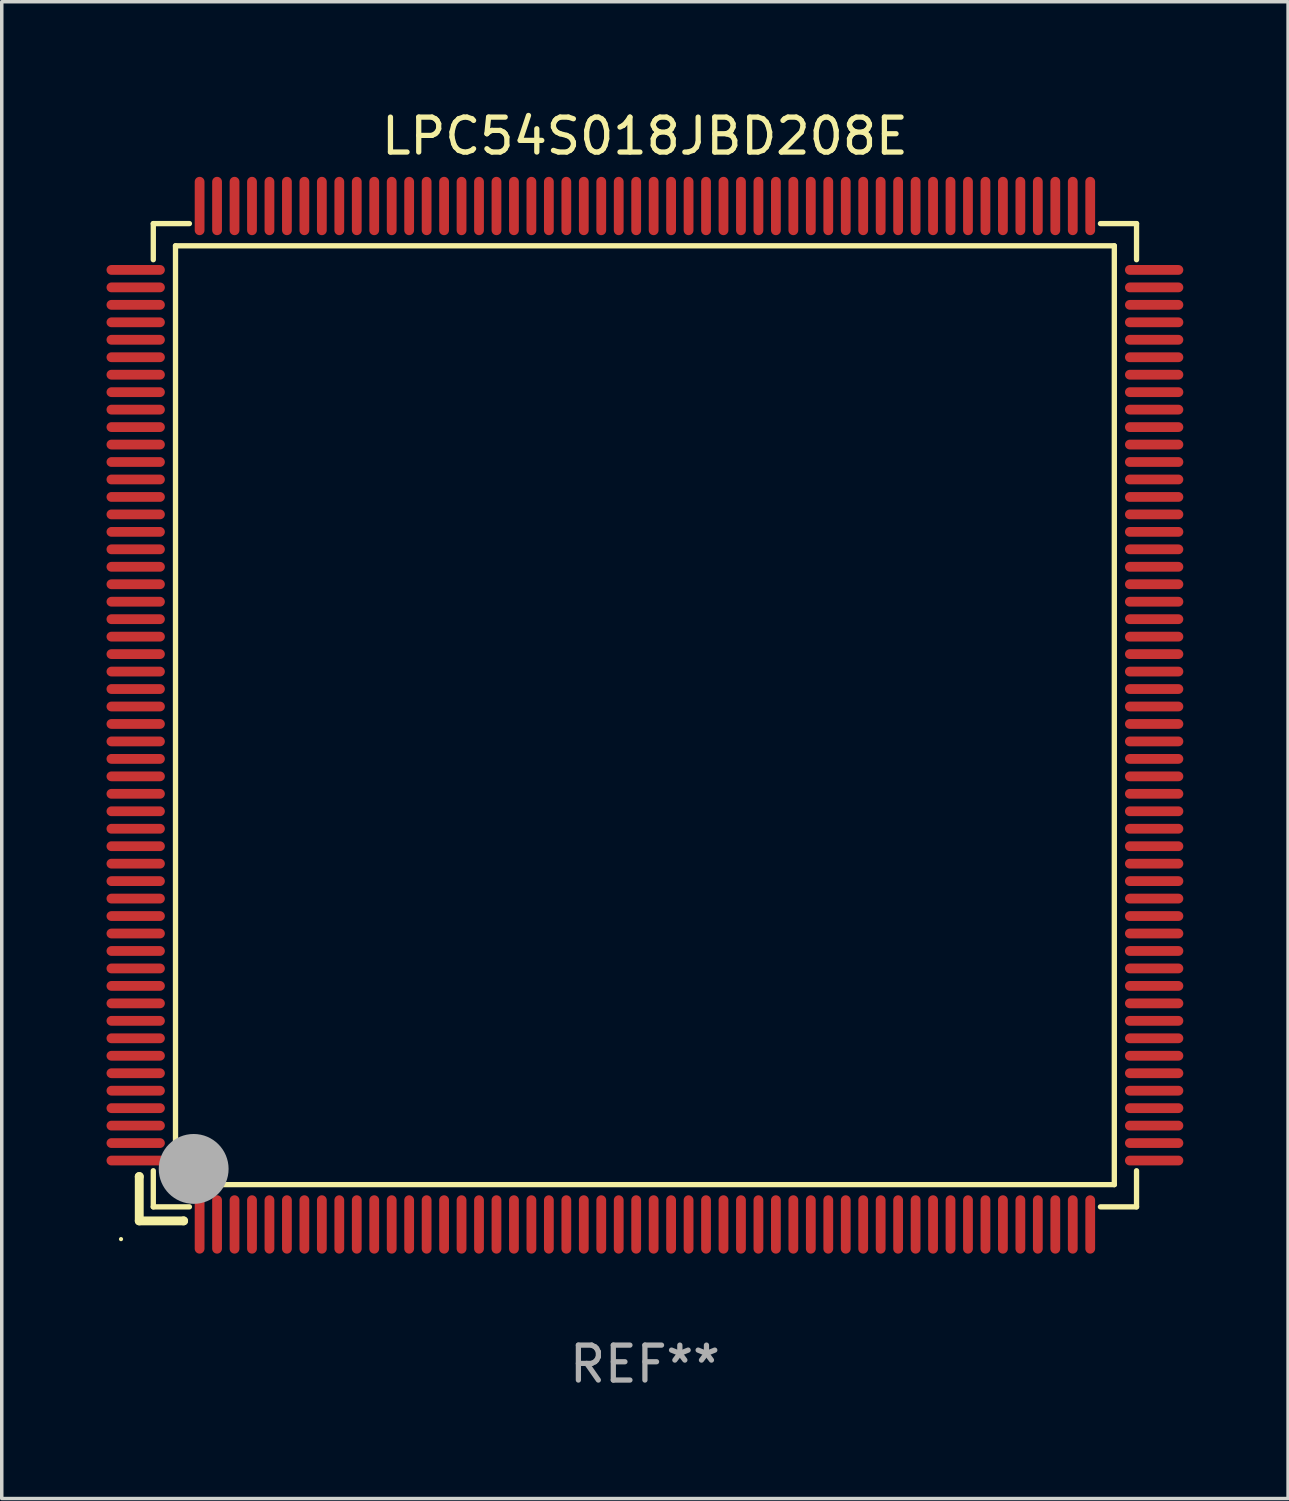
<source format=kicad_pcb>
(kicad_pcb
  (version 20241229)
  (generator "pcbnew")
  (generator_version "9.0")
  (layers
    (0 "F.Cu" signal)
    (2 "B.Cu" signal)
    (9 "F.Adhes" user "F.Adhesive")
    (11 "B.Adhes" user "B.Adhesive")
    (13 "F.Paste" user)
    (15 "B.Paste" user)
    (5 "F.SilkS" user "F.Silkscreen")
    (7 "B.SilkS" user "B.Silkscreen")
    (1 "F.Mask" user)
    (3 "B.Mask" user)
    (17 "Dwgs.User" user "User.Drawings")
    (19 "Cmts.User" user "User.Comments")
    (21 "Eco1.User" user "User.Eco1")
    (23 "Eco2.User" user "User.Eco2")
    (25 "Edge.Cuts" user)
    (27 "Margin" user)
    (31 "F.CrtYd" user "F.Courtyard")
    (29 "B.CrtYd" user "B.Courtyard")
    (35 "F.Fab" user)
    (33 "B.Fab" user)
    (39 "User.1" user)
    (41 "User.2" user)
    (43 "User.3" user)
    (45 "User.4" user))
  (footprint "LPC54S018JBD208E"
    (layer "F.Cu")
    (at 15.415 17.428)
    (property "Reference" "LPC54S018JBD208E" (at 0 -16.58 0) (layer "F.SilkS") (effects (font (size 1 1) (thickness 0.15))))
    (attr through_hole)
    (fp_line (start -14.478 13.208) (end -14.478 13.208) (stroke (width 0.254) (type solid)) (layer "F.SilkS"))
    (fp_line (start -14.478 13.208) (end -14.478 14.478) (stroke (width 0.254) (type solid)) (layer "F.SilkS"))
    (fp_line (start -14.478 14.478) (end -13.208 14.478) (stroke (width 0.254) (type solid)) (layer "F.SilkS"))
    (fp_line (start -14.076 -14.076) (end -14.076 -13.042) (stroke (width 0.152) (type solid)) (layer "F.SilkS"))
    (fp_line (start -14.076 14.076) (end -14.076 13.042) (stroke (width 0.152) (type solid)) (layer "F.SilkS"))
    (fp_line (start -13.44 -13.44) (end 13.44 -13.44) (stroke (width 0.152) (type solid)) (layer "F.SilkS"))
    (fp_line (start -13.44 13.44) (end -13.44 -13.44) (stroke (width 0.152) (type solid)) (layer "F.SilkS"))
    (fp_line (start -13.208 14.478) (end -13.208 14.478) (stroke (width 0.254) (type solid)) (layer "F.SilkS"))
    (fp_line (start -13.042 -14.076) (end -14.076 -14.076) (stroke (width 0.152) (type solid)) (layer "F.SilkS"))
    (fp_line (start -13.042 14.076) (end -14.076 14.076) (stroke (width 0.152) (type solid)) (layer "F.SilkS"))
    (fp_line (start 13.042 -14.076) (end 14.076 -14.076) (stroke (width 0.152) (type solid)) (layer "F.SilkS"))
    (fp_line (start 13.042 14.076) (end 14.076 14.076) (stroke (width 0.152) (type solid)) (layer "F.SilkS"))
    (fp_line (start 13.44 -13.44) (end 13.44 13.44) (stroke (width 0.152) (type solid)) (layer "F.SilkS"))
    (fp_line (start 13.44 13.44) (end -13.44 13.44) (stroke (width 0.152) (type solid)) (layer "F.SilkS"))
    (fp_line (start 14.076 -14.076) (end 14.076 -13.042) (stroke (width 0.152) (type solid)) (layer "F.SilkS"))
    (fp_line (start 14.076 14.076) (end 14.076 13.042) (stroke (width 0.152) (type solid)) (layer "F.SilkS"))
    (fp_circle (center -15 15) (end -14.97 15) (stroke (width 0.06) (type solid)) (fill no) (layer "F.SilkS"))
    (fp_circle (center -13.138 13.138) (end -13.063 13.138) (stroke (width 0.15) (type solid)) (fill no) (layer "F.SilkS"))
    (fp_circle (center -12.92 12.99) (end -12.42 12.99) (stroke (width 1) (type solid)) (fill no) (layer "F.Fab"))
    (fp_text user "REF**" (at 0 18.58 0) (layer "F.Fab") (effects (font (size 1 1) (thickness 0.15))))
    (pad "1" smd oval (at -12.75 14.58) (size 0.28 1.67) (layers "F.Cu" "F.Mask" "F.Paste"))
    (pad "2" smd oval (at -12.25 14.58) (size 0.28 1.67) (layers "F.Cu" "F.Mask" "F.Paste"))
    (pad "3" smd oval (at -11.75 14.58) (size 0.28 1.67) (layers "F.Cu" "F.Mask" "F.Paste"))
    (pad "4" smd oval (at -11.25 14.58) (size 0.28 1.67) (layers "F.Cu" "F.Mask" "F.Paste"))
    (pad "5" smd oval (at -10.75 14.58) (size 0.28 1.67) (layers "F.Cu" "F.Mask" "F.Paste"))
    (pad "6" smd oval (at -10.25 14.58) (size 0.28 1.67) (layers "F.Cu" "F.Mask" "F.Paste"))
    (pad "7" smd oval (at -9.75 14.58) (size 0.28 1.67) (layers "F.Cu" "F.Mask" "F.Paste"))
    (pad "8" smd oval (at -9.25 14.58) (size 0.28 1.67) (layers "F.Cu" "F.Mask" "F.Paste"))
    (pad "9" smd oval (at -8.75 14.58) (size 0.28 1.67) (layers "F.Cu" "F.Mask" "F.Paste"))
    (pad "10" smd oval (at -8.25 14.58) (size 0.28 1.67) (layers "F.Cu" "F.Mask" "F.Paste"))
    (pad "11" smd oval (at -7.75 14.58) (size 0.28 1.67) (layers "F.Cu" "F.Mask" "F.Paste"))
    (pad "12" smd oval (at -7.25 14.58) (size 0.28 1.67) (layers "F.Cu" "F.Mask" "F.Paste"))
    (pad "13" smd oval (at -6.75 14.58) (size 0.28 1.67) (layers "F.Cu" "F.Mask" "F.Paste"))
    (pad "14" smd oval (at -6.25 14.58) (size 0.28 1.67) (layers "F.Cu" "F.Mask" "F.Paste"))
    (pad "15" smd oval (at -5.75 14.58) (size 0.28 1.67) (layers "F.Cu" "F.Mask" "F.Paste"))
    (pad "16" smd oval (at -5.25 14.58) (size 0.28 1.67) (layers "F.Cu" "F.Mask" "F.Paste"))
    (pad "17" smd oval (at -4.75 14.58) (size 0.28 1.67) (layers "F.Cu" "F.Mask" "F.Paste"))
    (pad "18" smd oval (at -4.25 14.58) (size 0.28 1.67) (layers "F.Cu" "F.Mask" "F.Paste"))
    (pad "19" smd oval (at -3.75 14.58) (size 0.28 1.67) (layers "F.Cu" "F.Mask" "F.Paste"))
    (pad "20" smd oval (at -3.25 14.58) (size 0.28 1.67) (layers "F.Cu" "F.Mask" "F.Paste"))
    (pad "21" smd oval (at -2.75 14.58) (size 0.28 1.67) (layers "F.Cu" "F.Mask" "F.Paste"))
    (pad "22" smd oval (at -2.25 14.58) (size 0.28 1.67) (layers "F.Cu" "F.Mask" "F.Paste"))
    (pad "23" smd oval (at -1.75 14.58) (size 0.28 1.67) (layers "F.Cu" "F.Mask" "F.Paste"))
    (pad "24" smd oval (at -1.25 14.58) (size 0.28 1.67) (layers "F.Cu" "F.Mask" "F.Paste"))
    (pad "25" smd oval (at -0.75 14.58) (size 0.28 1.67) (layers "F.Cu" "F.Mask" "F.Paste"))
    (pad "26" smd oval (at -0.25 14.58) (size 0.28 1.67) (layers "F.Cu" "F.Mask" "F.Paste"))
    (pad "27" smd oval (at 0.25 14.58) (size 0.28 1.67) (layers "F.Cu" "F.Mask" "F.Paste"))
    (pad "28" smd oval (at 0.75 14.58) (size 0.28 1.67) (layers "F.Cu" "F.Mask" "F.Paste"))
    (pad "29" smd oval (at 1.25 14.58) (size 0.28 1.67) (layers "F.Cu" "F.Mask" "F.Paste"))
    (pad "30" smd oval (at 1.75 14.58) (size 0.28 1.67) (layers "F.Cu" "F.Mask" "F.Paste"))
    (pad "31" smd oval (at 2.25 14.58) (size 0.28 1.67) (layers "F.Cu" "F.Mask" "F.Paste"))
    (pad "32" smd oval (at 2.75 14.58) (size 0.28 1.67) (layers "F.Cu" "F.Mask" "F.Paste"))
    (pad "33" smd oval (at 3.25 14.58) (size 0.28 1.67) (layers "F.Cu" "F.Mask" "F.Paste"))
    (pad "34" smd oval (at 3.75 14.58) (size 0.28 1.67) (layers "F.Cu" "F.Mask" "F.Paste"))
    (pad "35" smd oval (at 4.25 14.58) (size 0.28 1.67) (layers "F.Cu" "F.Mask" "F.Paste"))
    (pad "36" smd oval (at 4.75 14.58) (size 0.28 1.67) (layers "F.Cu" "F.Mask" "F.Paste"))
    (pad "37" smd oval (at 5.25 14.58) (size 0.28 1.67) (layers "F.Cu" "F.Mask" "F.Paste"))
    (pad "38" smd oval (at 5.75 14.58) (size 0.28 1.67) (layers "F.Cu" "F.Mask" "F.Paste"))
    (pad "39" smd oval (at 6.25 14.58) (size 0.28 1.67) (layers "F.Cu" "F.Mask" "F.Paste"))
    (pad "40" smd oval (at 6.75 14.58) (size 0.28 1.67) (layers "F.Cu" "F.Mask" "F.Paste"))
    (pad "41" smd oval (at 7.25 14.58) (size 0.28 1.67) (layers "F.Cu" "F.Mask" "F.Paste"))
    (pad "42" smd oval (at 7.75 14.58) (size 0.28 1.67) (layers "F.Cu" "F.Mask" "F.Paste"))
    (pad "43" smd oval (at 8.25 14.58) (size 0.28 1.67) (layers "F.Cu" "F.Mask" "F.Paste"))
    (pad "44" smd oval (at 8.75 14.58) (size 0.28 1.67) (layers "F.Cu" "F.Mask" "F.Paste"))
    (pad "45" smd oval (at 9.25 14.58) (size 0.28 1.67) (layers "F.Cu" "F.Mask" "F.Paste"))
    (pad "46" smd oval (at 9.75 14.58) (size 0.28 1.67) (layers "F.Cu" "F.Mask" "F.Paste"))
    (pad "47" smd oval (at 10.25 14.58) (size 0.28 1.67) (layers "F.Cu" "F.Mask" "F.Paste"))
    (pad "48" smd oval (at 10.75 14.58) (size 0.28 1.67) (layers "F.Cu" "F.Mask" "F.Paste"))
    (pad "49" smd oval (at 11.25 14.58) (size 0.28 1.67) (layers "F.Cu" "F.Mask" "F.Paste"))
    (pad "50" smd oval (at 11.75 14.58) (size 0.28 1.67) (layers "F.Cu" "F.Mask" "F.Paste"))
    (pad "51" smd oval (at 12.25 14.58) (size 0.28 1.67) (layers "F.Cu" "F.Mask" "F.Paste"))
    (pad "52" smd oval (at 12.75 14.58) (size 0.28 1.67) (layers "F.Cu" "F.Mask" "F.Paste"))
    (pad "53" smd oval (at 14.58 12.75) (size 1.67 0.28) (layers "F.Cu" "F.Mask" "F.Paste"))
    (pad "54" smd oval (at 14.58 12.25) (size 1.67 0.28) (layers "F.Cu" "F.Mask" "F.Paste"))
    (pad "55" smd oval (at 14.58 11.75) (size 1.67 0.28) (layers "F.Cu" "F.Mask" "F.Paste"))
    (pad "56" smd oval (at 14.58 11.25) (size 1.67 0.28) (layers "F.Cu" "F.Mask" "F.Paste"))
    (pad "57" smd oval (at 14.58 10.75) (size 1.67 0.28) (layers "F.Cu" "F.Mask" "F.Paste"))
    (pad "58" smd oval (at 14.58 10.25) (size 1.67 0.28) (layers "F.Cu" "F.Mask" "F.Paste"))
    (pad "59" smd oval (at 14.58 9.75) (size 1.67 0.28) (layers "F.Cu" "F.Mask" "F.Paste"))
    (pad "60" smd oval (at 14.58 9.25) (size 1.67 0.28) (layers "F.Cu" "F.Mask" "F.Paste"))
    (pad "61" smd oval (at 14.58 8.75) (size 1.67 0.28) (layers "F.Cu" "F.Mask" "F.Paste"))
    (pad "62" smd oval (at 14.58 8.25) (size 1.67 0.28) (layers "F.Cu" "F.Mask" "F.Paste"))
    (pad "63" smd oval (at 14.58 7.75) (size 1.67 0.28) (layers "F.Cu" "F.Mask" "F.Paste"))
    (pad "64" smd oval (at 14.58 7.25) (size 1.67 0.28) (layers "F.Cu" "F.Mask" "F.Paste"))
    (pad "65" smd oval (at 14.58 6.75) (size 1.67 0.28) (layers "F.Cu" "F.Mask" "F.Paste"))
    (pad "66" smd oval (at 14.58 6.25) (size 1.67 0.28) (layers "F.Cu" "F.Mask" "F.Paste"))
    (pad "67" smd oval (at 14.58 5.75) (size 1.67 0.28) (layers "F.Cu" "F.Mask" "F.Paste"))
    (pad "68" smd oval (at 14.58 5.25) (size 1.67 0.28) (layers "F.Cu" "F.Mask" "F.Paste"))
    (pad "69" smd oval (at 14.58 4.75) (size 1.67 0.28) (layers "F.Cu" "F.Mask" "F.Paste"))
    (pad "70" smd oval (at 14.58 4.25) (size 1.67 0.28) (layers "F.Cu" "F.Mask" "F.Paste"))
    (pad "71" smd oval (at 14.58 3.75) (size 1.67 0.28) (layers "F.Cu" "F.Mask" "F.Paste"))
    (pad "72" smd oval (at 14.58 3.25) (size 1.67 0.28) (layers "F.Cu" "F.Mask" "F.Paste"))
    (pad "73" smd oval (at 14.58 2.75) (size 1.67 0.28) (layers "F.Cu" "F.Mask" "F.Paste"))
    (pad "74" smd oval (at 14.58 2.25) (size 1.67 0.28) (layers "F.Cu" "F.Mask" "F.Paste"))
    (pad "75" smd oval (at 14.58 1.75) (size 1.67 0.28) (layers "F.Cu" "F.Mask" "F.Paste"))
    (pad "76" smd oval (at 14.58 1.25) (size 1.67 0.28) (layers "F.Cu" "F.Mask" "F.Paste"))
    (pad "77" smd oval (at 14.58 0.75) (size 1.67 0.28) (layers "F.Cu" "F.Mask" "F.Paste"))
    (pad "78" smd oval (at 14.58 0.25) (size 1.67 0.28) (layers "F.Cu" "F.Mask" "F.Paste"))
    (pad "79" smd oval (at 14.58 -0.25) (size 1.67 0.28) (layers "F.Cu" "F.Mask" "F.Paste"))
    (pad "80" smd oval (at 14.58 -0.75) (size 1.67 0.28) (layers "F.Cu" "F.Mask" "F.Paste"))
    (pad "81" smd oval (at 14.58 -1.25) (size 1.67 0.28) (layers "F.Cu" "F.Mask" "F.Paste"))
    (pad "82" smd oval (at 14.58 -1.75) (size 1.67 0.28) (layers "F.Cu" "F.Mask" "F.Paste"))
    (pad "83" smd oval (at 14.58 -2.25) (size 1.67 0.28) (layers "F.Cu" "F.Mask" "F.Paste"))
    (pad "84" smd oval (at 14.58 -2.75) (size 1.67 0.28) (layers "F.Cu" "F.Mask" "F.Paste"))
    (pad "85" smd oval (at 14.58 -3.25) (size 1.67 0.28) (layers "F.Cu" "F.Mask" "F.Paste"))
    (pad "86" smd oval (at 14.58 -3.75) (size 1.67 0.28) (layers "F.Cu" "F.Mask" "F.Paste"))
    (pad "87" smd oval (at 14.58 -4.25) (size 1.67 0.28) (layers "F.Cu" "F.Mask" "F.Paste"))
    (pad "88" smd oval (at 14.58 -4.75) (size 1.67 0.28) (layers "F.Cu" "F.Mask" "F.Paste"))
    (pad "89" smd oval (at 14.58 -5.25) (size 1.67 0.28) (layers "F.Cu" "F.Mask" "F.Paste"))
    (pad "90" smd oval (at 14.58 -5.75) (size 1.67 0.28) (layers "F.Cu" "F.Mask" "F.Paste"))
    (pad "91" smd oval (at 14.58 -6.25) (size 1.67 0.28) (layers "F.Cu" "F.Mask" "F.Paste"))
    (pad "92" smd oval (at 14.58 -6.75) (size 1.67 0.28) (layers "F.Cu" "F.Mask" "F.Paste"))
    (pad "93" smd oval (at 14.58 -7.25) (size 1.67 0.28) (layers "F.Cu" "F.Mask" "F.Paste"))
    (pad "94" smd oval (at 14.58 -7.75) (size 1.67 0.28) (layers "F.Cu" "F.Mask" "F.Paste"))
    (pad "95" smd oval (at 14.58 -8.25) (size 1.67 0.28) (layers "F.Cu" "F.Mask" "F.Paste"))
    (pad "96" smd oval (at 14.58 -8.75) (size 1.67 0.28) (layers "F.Cu" "F.Mask" "F.Paste"))
    (pad "97" smd oval (at 14.58 -9.25) (size 1.67 0.28) (layers "F.Cu" "F.Mask" "F.Paste"))
    (pad "98" smd oval (at 14.58 -9.75) (size 1.67 0.28) (layers "F.Cu" "F.Mask" "F.Paste"))
    (pad "99" smd oval (at 14.58 -10.25) (size 1.67 0.28) (layers "F.Cu" "F.Mask" "F.Paste"))
    (pad "100" smd oval (at 14.58 -10.75) (size 1.67 0.28) (layers "F.Cu" "F.Mask" "F.Paste"))
    (pad "101" smd oval (at 14.58 -11.25) (size 1.67 0.28) (layers "F.Cu" "F.Mask" "F.Paste"))
    (pad "102" smd oval (at 14.58 -11.75) (size 1.67 0.28) (layers "F.Cu" "F.Mask" "F.Paste"))
    (pad "103" smd oval (at 14.58 -12.25) (size 1.67 0.28) (layers "F.Cu" "F.Mask" "F.Paste"))
    (pad "104" smd oval (at 14.58 -12.75) (size 1.67 0.28) (layers "F.Cu" "F.Mask" "F.Paste"))
    (pad "105" smd oval (at 12.75 -14.58) (size 0.28 1.67) (layers "F.Cu" "F.Mask" "F.Paste"))
    (pad "106" smd oval (at 12.25 -14.58) (size 0.28 1.67) (layers "F.Cu" "F.Mask" "F.Paste"))
    (pad "107" smd oval (at 11.75 -14.58) (size 0.28 1.67) (layers "F.Cu" "F.Mask" "F.Paste"))
    (pad "108" smd oval (at 11.25 -14.58) (size 0.28 1.67) (layers "F.Cu" "F.Mask" "F.Paste"))
    (pad "109" smd oval (at 10.75 -14.58) (size 0.28 1.67) (layers "F.Cu" "F.Mask" "F.Paste"))
    (pad "110" smd oval (at 10.25 -14.58) (size 0.28 1.67) (layers "F.Cu" "F.Mask" "F.Paste"))
    (pad "111" smd oval (at 9.75 -14.58) (size 0.28 1.67) (layers "F.Cu" "F.Mask" "F.Paste"))
    (pad "112" smd oval (at 9.25 -14.58) (size 0.28 1.67) (layers "F.Cu" "F.Mask" "F.Paste"))
    (pad "113" smd oval (at 8.75 -14.58) (size 0.28 1.67) (layers "F.Cu" "F.Mask" "F.Paste"))
    (pad "114" smd oval (at 8.25 -14.58) (size 0.28 1.67) (layers "F.Cu" "F.Mask" "F.Paste"))
    (pad "115" smd oval (at 7.75 -14.58) (size 0.28 1.67) (layers "F.Cu" "F.Mask" "F.Paste"))
    (pad "116" smd oval (at 7.25 -14.58) (size 0.28 1.67) (layers "F.Cu" "F.Mask" "F.Paste"))
    (pad "117" smd oval (at 6.75 -14.58) (size 0.28 1.67) (layers "F.Cu" "F.Mask" "F.Paste"))
    (pad "118" smd oval (at 6.25 -14.58) (size 0.28 1.67) (layers "F.Cu" "F.Mask" "F.Paste"))
    (pad "119" smd oval (at 5.75 -14.58) (size 0.28 1.67) (layers "F.Cu" "F.Mask" "F.Paste"))
    (pad "120" smd oval (at 5.25 -14.58) (size 0.28 1.67) (layers "F.Cu" "F.Mask" "F.Paste"))
    (pad "121" smd oval (at 4.75 -14.58) (size 0.28 1.67) (layers "F.Cu" "F.Mask" "F.Paste"))
    (pad "122" smd oval (at 4.25 -14.58) (size 0.28 1.67) (layers "F.Cu" "F.Mask" "F.Paste"))
    (pad "123" smd oval (at 3.75 -14.58) (size 0.28 1.67) (layers "F.Cu" "F.Mask" "F.Paste"))
    (pad "124" smd oval (at 3.25 -14.58) (size 0.28 1.67) (layers "F.Cu" "F.Mask" "F.Paste"))
    (pad "125" smd oval (at 2.75 -14.58) (size 0.28 1.67) (layers "F.Cu" "F.Mask" "F.Paste"))
    (pad "126" smd oval (at 2.25 -14.58) (size 0.28 1.67) (layers "F.Cu" "F.Mask" "F.Paste"))
    (pad "127" smd oval (at 1.75 -14.58) (size 0.28 1.67) (layers "F.Cu" "F.Mask" "F.Paste"))
    (pad "128" smd oval (at 1.25 -14.58) (size 0.28 1.67) (layers "F.Cu" "F.Mask" "F.Paste"))
    (pad "129" smd oval (at 0.75 -14.58) (size 0.28 1.67) (layers "F.Cu" "F.Mask" "F.Paste"))
    (pad "130" smd oval (at 0.25 -14.58) (size 0.28 1.67) (layers "F.Cu" "F.Mask" "F.Paste"))
    (pad "131" smd oval (at -0.25 -14.58) (size 0.28 1.67) (layers "F.Cu" "F.Mask" "F.Paste"))
    (pad "132" smd oval (at -0.75 -14.58) (size 0.28 1.67) (layers "F.Cu" "F.Mask" "F.Paste"))
    (pad "133" smd oval (at -1.25 -14.58) (size 0.28 1.67) (layers "F.Cu" "F.Mask" "F.Paste"))
    (pad "134" smd oval (at -1.75 -14.58) (size 0.28 1.67) (layers "F.Cu" "F.Mask" "F.Paste"))
    (pad "135" smd oval (at -2.25 -14.58) (size 0.28 1.67) (layers "F.Cu" "F.Mask" "F.Paste"))
    (pad "136" smd oval (at -2.75 -14.58) (size 0.28 1.67) (layers "F.Cu" "F.Mask" "F.Paste"))
    (pad "137" smd oval (at -3.25 -14.58) (size 0.28 1.67) (layers "F.Cu" "F.Mask" "F.Paste"))
    (pad "138" smd oval (at -3.75 -14.58) (size 0.28 1.67) (layers "F.Cu" "F.Mask" "F.Paste"))
    (pad "139" smd oval (at -4.25 -14.58) (size 0.28 1.67) (layers "F.Cu" "F.Mask" "F.Paste"))
    (pad "140" smd oval (at -4.75 -14.58) (size 0.28 1.67) (layers "F.Cu" "F.Mask" "F.Paste"))
    (pad "141" smd oval (at -5.25 -14.58) (size 0.28 1.67) (layers "F.Cu" "F.Mask" "F.Paste"))
    (pad "142" smd oval (at -5.75 -14.58) (size 0.28 1.67) (layers "F.Cu" "F.Mask" "F.Paste"))
    (pad "143" smd oval (at -6.25 -14.58) (size 0.28 1.67) (layers "F.Cu" "F.Mask" "F.Paste"))
    (pad "144" smd oval (at -6.75 -14.58) (size 0.28 1.67) (layers "F.Cu" "F.Mask" "F.Paste"))
    (pad "145" smd oval (at -7.25 -14.58) (size 0.28 1.67) (layers "F.Cu" "F.Mask" "F.Paste"))
    (pad "146" smd oval (at -7.75 -14.58) (size 0.28 1.67) (layers "F.Cu" "F.Mask" "F.Paste"))
    (pad "147" smd oval (at -8.25 -14.58) (size 0.28 1.67) (layers "F.Cu" "F.Mask" "F.Paste"))
    (pad "148" smd oval (at -8.75 -14.58) (size 0.28 1.67) (layers "F.Cu" "F.Mask" "F.Paste"))
    (pad "149" smd oval (at -9.25 -14.58) (size 0.28 1.67) (layers "F.Cu" "F.Mask" "F.Paste"))
    (pad "150" smd oval (at -9.75 -14.58) (size 0.28 1.67) (layers "F.Cu" "F.Mask" "F.Paste"))
    (pad "151" smd oval (at -10.25 -14.58) (size 0.28 1.67) (layers "F.Cu" "F.Mask" "F.Paste"))
    (pad "152" smd oval (at -10.75 -14.58) (size 0.28 1.67) (layers "F.Cu" "F.Mask" "F.Paste"))
    (pad "153" smd oval (at -11.25 -14.58) (size 0.28 1.67) (layers "F.Cu" "F.Mask" "F.Paste"))
    (pad "154" smd oval (at -11.75 -14.58) (size 0.28 1.67) (layers "F.Cu" "F.Mask" "F.Paste"))
    (pad "155" smd oval (at -12.25 -14.58) (size 0.28 1.67) (layers "F.Cu" "F.Mask" "F.Paste"))
    (pad "156" smd oval (at -12.75 -14.58) (size 0.28 1.67) (layers "F.Cu" "F.Mask" "F.Paste"))
    (pad "157" smd oval (at -14.58 -12.75) (size 1.67 0.28) (layers "F.Cu" "F.Mask" "F.Paste"))
    (pad "158" smd oval (at -14.58 -12.25) (size 1.67 0.28) (layers "F.Cu" "F.Mask" "F.Paste"))
    (pad "159" smd oval (at -14.58 -11.75) (size 1.67 0.28) (layers "F.Cu" "F.Mask" "F.Paste"))
    (pad "160" smd oval (at -14.58 -11.25) (size 1.67 0.28) (layers "F.Cu" "F.Mask" "F.Paste"))
    (pad "161" smd oval (at -14.58 -10.75) (size 1.67 0.28) (layers "F.Cu" "F.Mask" "F.Paste"))
    (pad "162" smd oval (at -14.58 -10.25) (size 1.67 0.28) (layers "F.Cu" "F.Mask" "F.Paste"))
    (pad "163" smd oval (at -14.58 -9.75) (size 1.67 0.28) (layers "F.Cu" "F.Mask" "F.Paste"))
    (pad "164" smd oval (at -14.58 -9.25) (size 1.67 0.28) (layers "F.Cu" "F.Mask" "F.Paste"))
    (pad "165" smd oval (at -14.58 -8.75) (size 1.67 0.28) (layers "F.Cu" "F.Mask" "F.Paste"))
    (pad "166" smd oval (at -14.58 -8.25) (size 1.67 0.28) (layers "F.Cu" "F.Mask" "F.Paste"))
    (pad "167" smd oval (at -14.58 -7.75) (size 1.67 0.28) (layers "F.Cu" "F.Mask" "F.Paste"))
    (pad "168" smd oval (at -14.58 -7.25) (size 1.67 0.28) (layers "F.Cu" "F.Mask" "F.Paste"))
    (pad "169" smd oval (at -14.58 -6.75) (size 1.67 0.28) (layers "F.Cu" "F.Mask" "F.Paste"))
    (pad "170" smd oval (at -14.58 -6.25) (size 1.67 0.28) (layers "F.Cu" "F.Mask" "F.Paste"))
    (pad "171" smd oval (at -14.58 -5.75) (size 1.67 0.28) (layers "F.Cu" "F.Mask" "F.Paste"))
    (pad "172" smd oval (at -14.58 -5.25) (size 1.67 0.28) (layers "F.Cu" "F.Mask" "F.Paste"))
    (pad "173" smd oval (at -14.58 -4.75) (size 1.67 0.28) (layers "F.Cu" "F.Mask" "F.Paste"))
    (pad "174" smd oval (at -14.58 -4.25) (size 1.67 0.28) (layers "F.Cu" "F.Mask" "F.Paste"))
    (pad "175" smd oval (at -14.58 -3.75) (size 1.67 0.28) (layers "F.Cu" "F.Mask" "F.Paste"))
    (pad "176" smd oval (at -14.58 -3.25) (size 1.67 0.28) (layers "F.Cu" "F.Mask" "F.Paste"))
    (pad "177" smd oval (at -14.58 -2.75) (size 1.67 0.28) (layers "F.Cu" "F.Mask" "F.Paste"))
    (pad "178" smd oval (at -14.58 -2.25) (size 1.67 0.28) (layers "F.Cu" "F.Mask" "F.Paste"))
    (pad "179" smd oval (at -14.58 -1.75) (size 1.67 0.28) (layers "F.Cu" "F.Mask" "F.Paste"))
    (pad "180" smd oval (at -14.58 -1.25) (size 1.67 0.28) (layers "F.Cu" "F.Mask" "F.Paste"))
    (pad "181" smd oval (at -14.58 -0.75) (size 1.67 0.28) (layers "F.Cu" "F.Mask" "F.Paste"))
    (pad "182" smd oval (at -14.58 -0.25) (size 1.67 0.28) (layers "F.Cu" "F.Mask" "F.Paste"))
    (pad "183" smd oval (at -14.58 0.25) (size 1.67 0.28) (layers "F.Cu" "F.Mask" "F.Paste"))
    (pad "184" smd oval (at -14.58 0.75) (size 1.67 0.28) (layers "F.Cu" "F.Mask" "F.Paste"))
    (pad "185" smd oval (at -14.58 1.25) (size 1.67 0.28) (layers "F.Cu" "F.Mask" "F.Paste"))
    (pad "186" smd oval (at -14.58 1.75) (size 1.67 0.28) (layers "F.Cu" "F.Mask" "F.Paste"))
    (pad "187" smd oval (at -14.58 2.25) (size 1.67 0.28) (layers "F.Cu" "F.Mask" "F.Paste"))
    (pad "188" smd oval (at -14.58 2.75) (size 1.67 0.28) (layers "F.Cu" "F.Mask" "F.Paste"))
    (pad "189" smd oval (at -14.58 3.25) (size 1.67 0.28) (layers "F.Cu" "F.Mask" "F.Paste"))
    (pad "190" smd oval (at -14.58 3.75) (size 1.67 0.28) (layers "F.Cu" "F.Mask" "F.Paste"))
    (pad "191" smd oval (at -14.58 4.25) (size 1.67 0.28) (layers "F.Cu" "F.Mask" "F.Paste"))
    (pad "192" smd oval (at -14.58 4.75) (size 1.67 0.28) (layers "F.Cu" "F.Mask" "F.Paste"))
    (pad "193" smd oval (at -14.58 5.25) (size 1.67 0.28) (layers "F.Cu" "F.Mask" "F.Paste"))
    (pad "194" smd oval (at -14.58 5.75) (size 1.67 0.28) (layers "F.Cu" "F.Mask" "F.Paste"))
    (pad "195" smd oval (at -14.58 6.25) (size 1.67 0.28) (layers "F.Cu" "F.Mask" "F.Paste"))
    (pad "196" smd oval (at -14.58 6.75) (size 1.67 0.28) (layers "F.Cu" "F.Mask" "F.Paste"))
    (pad "197" smd oval (at -14.58 7.25) (size 1.67 0.28) (layers "F.Cu" "F.Mask" "F.Paste"))
    (pad "198" smd oval (at -14.58 7.75) (size 1.67 0.28) (layers "F.Cu" "F.Mask" "F.Paste"))
    (pad "199" smd oval (at -14.58 8.25) (size 1.67 0.28) (layers "F.Cu" "F.Mask" "F.Paste"))
    (pad "200" smd oval (at -14.58 8.75) (size 1.67 0.28) (layers "F.Cu" "F.Mask" "F.Paste"))
    (pad "201" smd oval (at -14.58 9.25) (size 1.67 0.28) (layers "F.Cu" "F.Mask" "F.Paste"))
    (pad "202" smd oval (at -14.58 9.75) (size 1.67 0.28) (layers "F.Cu" "F.Mask" "F.Paste"))
    (pad "203" smd oval (at -14.58 10.25) (size 1.67 0.28) (layers "F.Cu" "F.Mask" "F.Paste"))
    (pad "204" smd oval (at -14.58 10.75) (size 1.67 0.28) (layers "F.Cu" "F.Mask" "F.Paste"))
    (pad "205" smd oval (at -14.58 11.25) (size 1.67 0.28) (layers "F.Cu" "F.Mask" "F.Paste"))
    (pad "206" smd oval (at -14.58 11.75) (size 1.67 0.28) (layers "F.Cu" "F.Mask" "F.Paste"))
    (pad "207" smd oval (at -14.58 12.25) (size 1.67 0.28) (layers "F.Cu" "F.Mask" "F.Paste"))
    (pad "208" smd oval (at -14.58 12.75) (size 1.67 0.28) (layers "F.Cu" "F.Mask" "F.Paste")))
  (gr_rect
    (start -3 -3)
    (end 33.83 39.856)
    (stroke (width 0.1) (type default))
    (fill no)
    (layer "Edge.Cuts")))
</source>
